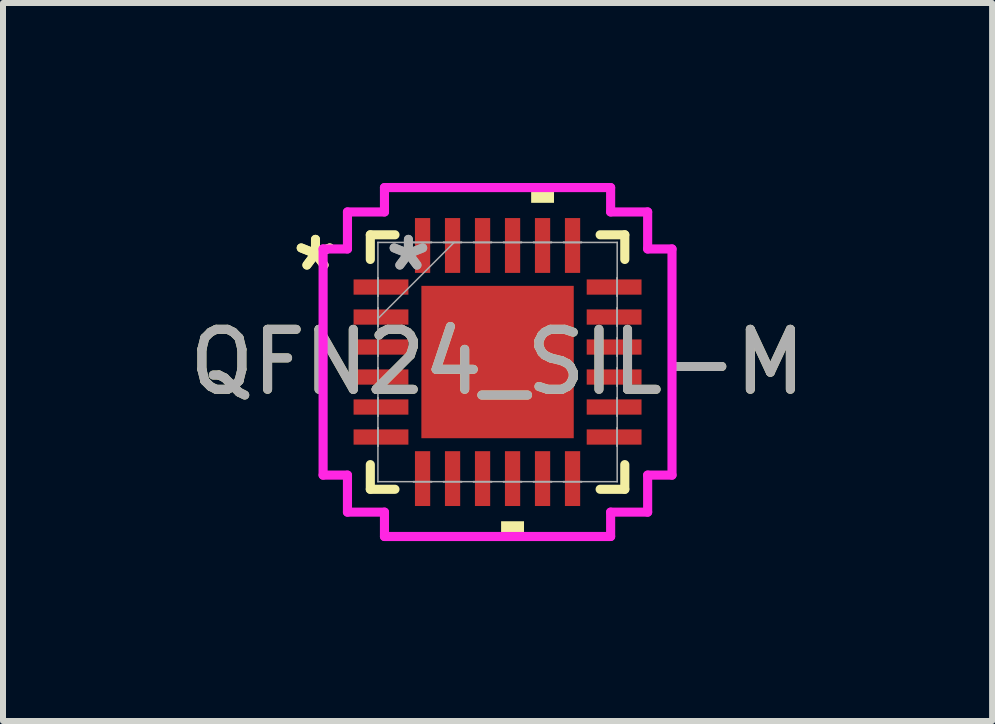
<source format=kicad_pcb>
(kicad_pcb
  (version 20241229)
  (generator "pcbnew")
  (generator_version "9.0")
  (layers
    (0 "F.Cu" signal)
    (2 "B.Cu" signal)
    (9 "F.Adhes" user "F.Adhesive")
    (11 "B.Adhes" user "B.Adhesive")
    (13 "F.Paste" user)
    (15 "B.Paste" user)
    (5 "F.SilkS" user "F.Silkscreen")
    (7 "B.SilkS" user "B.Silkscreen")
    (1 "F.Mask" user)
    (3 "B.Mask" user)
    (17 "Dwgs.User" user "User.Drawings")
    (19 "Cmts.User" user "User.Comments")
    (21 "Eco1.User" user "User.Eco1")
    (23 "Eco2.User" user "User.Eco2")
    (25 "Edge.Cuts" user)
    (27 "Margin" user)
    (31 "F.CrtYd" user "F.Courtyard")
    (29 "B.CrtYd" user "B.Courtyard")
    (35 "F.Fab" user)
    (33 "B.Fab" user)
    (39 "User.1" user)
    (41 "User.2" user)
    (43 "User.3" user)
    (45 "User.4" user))
  (footprint "QFN24_SIL-M"
    (layer "F.Cu")
    (at 5.244 2.985)
    (property "Reference" "QFN24_SIL-M" (at 0 0 0) (unlocked yes) (layer "F.SilkS") (effects (font (size 1 1) (thickness 0.15))))
    (attr smd)
    (fp_line (start -2.121 -2.121) (end -2.121 -1.71) (stroke (width 0.152) (type solid)) (layer "F.SilkS"))
    (fp_line (start -2.121 1.71) (end -2.121 2.121) (stroke (width 0.152) (type solid)) (layer "F.SilkS"))
    (fp_line (start -2.121 2.121) (end -1.71 2.121) (stroke (width 0.152) (type solid)) (layer "F.SilkS"))
    (fp_line (start -1.71 -2.121) (end -2.121 -2.121) (stroke (width 0.152) (type solid)) (layer "F.SilkS"))
    (fp_line (start 1.71 2.121) (end 2.121 2.121) (stroke (width 0.152) (type solid)) (layer "F.SilkS"))
    (fp_line (start 2.121 -2.121) (end 1.71 -2.121) (stroke (width 0.152) (type solid)) (layer "F.SilkS"))
    (fp_line (start 2.121 -1.71) (end 2.121 -2.121) (stroke (width 0.152) (type solid)) (layer "F.SilkS"))
    (fp_line (start 2.121 2.121) (end 2.121 1.71) (stroke (width 0.152) (type solid)) (layer "F.SilkS"))
    (fp_poly (pts (xy 0.059 2.654) (xy 0.059 2.908) (xy 0.441 2.908) (xy 0.441 2.654)) (stroke (width 0) (type solid)) (fill yes) (layer "F.SilkS"))
    (fp_poly (pts (xy 0.56 -2.654) (xy 0.56 -2.908) (xy 0.941 -2.908) (xy 0.941 -2.654)) (stroke (width 0) (type solid)) (fill yes) (layer "F.SilkS"))
    (fp_poly (pts (xy -1.17 -1.17) (xy -1.17 -0.1) (xy -0.1 -0.1) (xy -0.1 -1.17)) (stroke (width 0) (type solid)) (fill yes) (layer "F.Paste"))
    (fp_poly (pts (xy -1.17 0.1) (xy -1.17 1.17) (xy -0.1 1.17) (xy -0.1 0.1)) (stroke (width 0) (type solid)) (fill yes) (layer "F.Paste"))
    (fp_poly (pts (xy 0.1 -1.17) (xy 0.1 -0.1) (xy 1.17 -0.1) (xy 1.17 -1.17)) (stroke (width 0) (type solid)) (fill yes) (layer "F.Paste"))
    (fp_poly (pts (xy 0.1 0.1) (xy 0.1 1.17) (xy 1.17 1.17) (xy 1.17 0.1)) (stroke (width 0) (type solid)) (fill yes) (layer "F.Paste"))
    (fp_line (start -2.908 -1.885) (end -2.502 -1.885) (stroke (width 0.152) (type solid)) (layer "F.CrtYd"))
    (fp_line (start -2.908 1.885) (end -2.908 -1.885) (stroke (width 0.152) (type solid)) (layer "F.CrtYd"))
    (fp_line (start -2.502 -2.502) (end -1.885 -2.502) (stroke (width 0.152) (type solid)) (layer "F.CrtYd"))
    (fp_line (start -2.502 -1.885) (end -2.502 -2.502) (stroke (width 0.152) (type solid)) (layer "F.CrtYd"))
    (fp_line (start -2.502 1.885) (end -2.908 1.885) (stroke (width 0.152) (type solid)) (layer "F.CrtYd"))
    (fp_line (start -2.502 2.502) (end -2.502 1.885) (stroke (width 0.152) (type solid)) (layer "F.CrtYd"))
    (fp_line (start -1.885 -2.908) (end 1.885 -2.908) (stroke (width 0.152) (type solid)) (layer "F.CrtYd"))
    (fp_line (start -1.885 -2.502) (end -1.885 -2.908) (stroke (width 0.152) (type solid)) (layer "F.CrtYd"))
    (fp_line (start -1.885 2.502) (end -2.502 2.502) (stroke (width 0.152) (type solid)) (layer "F.CrtYd"))
    (fp_line (start -1.885 2.908) (end -1.885 2.502) (stroke (width 0.152) (type solid)) (layer "F.CrtYd"))
    (fp_line (start 1.885 -2.908) (end 1.885 -2.502) (stroke (width 0.152) (type solid)) (layer "F.CrtYd"))
    (fp_line (start 1.885 -2.502) (end 2.502 -2.502) (stroke (width 0.152) (type solid)) (layer "F.CrtYd"))
    (fp_line (start 1.885 2.502) (end 1.885 2.908) (stroke (width 0.152) (type solid)) (layer "F.CrtYd"))
    (fp_line (start 1.885 2.908) (end -1.885 2.908) (stroke (width 0.152) (type solid)) (layer "F.CrtYd"))
    (fp_line (start 2.502 -2.502) (end 2.502 -1.885) (stroke (width 0.152) (type solid)) (layer "F.CrtYd"))
    (fp_line (start 2.502 -1.885) (end 2.908 -1.885) (stroke (width 0.152) (type solid)) (layer "F.CrtYd"))
    (fp_line (start 2.502 1.885) (end 2.502 2.502) (stroke (width 0.152) (type solid)) (layer "F.CrtYd"))
    (fp_line (start 2.502 2.502) (end 1.885 2.502) (stroke (width 0.152) (type solid)) (layer "F.CrtYd"))
    (fp_line (start 2.908 -1.885) (end 2.908 1.885) (stroke (width 0.152) (type solid)) (layer "F.CrtYd"))
    (fp_line (start 2.908 1.885) (end 2.502 1.885) (stroke (width 0.152) (type solid)) (layer "F.CrtYd"))
    (fp_line (start -1.994 -1.994) (end -1.994 -1.994) (stroke (width 0.025) (type solid)) (layer "F.Fab"))
    (fp_line (start -1.994 -1.994) (end -1.994 1.994) (stroke (width 0.025) (type solid)) (layer "F.Fab"))
    (fp_line (start -1.994 -1.402) (end -1.994 -1.402) (stroke (width 0.025) (type solid)) (layer "F.Fab"))
    (fp_line (start -1.994 -1.402) (end -1.994 -1.098) (stroke (width 0.025) (type solid)) (layer "F.Fab"))
    (fp_line (start -1.994 -1.098) (end -1.994 -1.402) (stroke (width 0.025) (type solid)) (layer "F.Fab"))
    (fp_line (start -1.994 -1.098) (end -1.994 -1.098) (stroke (width 0.025) (type solid)) (layer "F.Fab"))
    (fp_line (start -1.994 -0.902) (end -1.994 -0.902) (stroke (width 0.025) (type solid)) (layer "F.Fab"))
    (fp_line (start -1.994 -0.902) (end -1.994 -0.598) (stroke (width 0.025) (type solid)) (layer "F.Fab"))
    (fp_line (start -1.994 -0.724) (end -0.724 -1.994) (stroke (width 0.025) (type solid)) (layer "F.Fab"))
    (fp_line (start -1.994 -0.598) (end -1.994 -0.902) (stroke (width 0.025) (type solid)) (layer "F.Fab"))
    (fp_line (start -1.994 -0.598) (end -1.994 -0.598) (stroke (width 0.025) (type solid)) (layer "F.Fab"))
    (fp_line (start -1.994 -0.402) (end -1.994 -0.402) (stroke (width 0.025) (type solid)) (layer "F.Fab"))
    (fp_line (start -1.994 -0.402) (end -1.994 -0.098) (stroke (width 0.025) (type solid)) (layer "F.Fab"))
    (fp_line (start -1.994 -0.098) (end -1.994 -0.402) (stroke (width 0.025) (type solid)) (layer "F.Fab"))
    (fp_line (start -1.994 -0.098) (end -1.994 -0.098) (stroke (width 0.025) (type solid)) (layer "F.Fab"))
    (fp_line (start -1.994 0.098) (end -1.994 0.098) (stroke (width 0.025) (type solid)) (layer "F.Fab"))
    (fp_line (start -1.994 0.098) (end -1.994 0.402) (stroke (width 0.025) (type solid)) (layer "F.Fab"))
    (fp_line (start -1.994 0.402) (end -1.994 0.098) (stroke (width 0.025) (type solid)) (layer "F.Fab"))
    (fp_line (start -1.994 0.402) (end -1.994 0.402) (stroke (width 0.025) (type solid)) (layer "F.Fab"))
    (fp_line (start -1.994 0.598) (end -1.994 0.598) (stroke (width 0.025) (type solid)) (layer "F.Fab"))
    (fp_line (start -1.994 0.598) (end -1.994 0.902) (stroke (width 0.025) (type solid)) (layer "F.Fab"))
    (fp_line (start -1.994 0.902) (end -1.994 0.598) (stroke (width 0.025) (type solid)) (layer "F.Fab"))
    (fp_line (start -1.994 0.902) (end -1.994 0.902) (stroke (width 0.025) (type solid)) (layer "F.Fab"))
    (fp_line (start -1.994 1.098) (end -1.994 1.098) (stroke (width 0.025) (type solid)) (layer "F.Fab"))
    (fp_line (start -1.994 1.098) (end -1.994 1.402) (stroke (width 0.025) (type solid)) (layer "F.Fab"))
    (fp_line (start -1.994 1.402) (end -1.994 1.098) (stroke (width 0.025) (type solid)) (layer "F.Fab"))
    (fp_line (start -1.994 1.402) (end -1.994 1.402) (stroke (width 0.025) (type solid)) (layer "F.Fab"))
    (fp_line (start -1.994 1.994) (end -1.994 1.994) (stroke (width 0.025) (type solid)) (layer "F.Fab"))
    (fp_line (start -1.994 1.994) (end 1.994 1.994) (stroke (width 0.025) (type solid)) (layer "F.Fab"))
    (fp_line (start -1.402 -1.994) (end -1.402 -1.994) (stroke (width 0.025) (type solid)) (layer "F.Fab"))
    (fp_line (start -1.402 -1.994) (end -1.098 -1.994) (stroke (width 0.025) (type solid)) (layer "F.Fab"))
    (fp_line (start -1.402 1.994) (end -1.402 1.994) (stroke (width 0.025) (type solid)) (layer "F.Fab"))
    (fp_line (start -1.402 1.994) (end -1.098 1.994) (stroke (width 0.025) (type solid)) (layer "F.Fab"))
    (fp_line (start -1.098 -1.994) (end -1.402 -1.994) (stroke (width 0.025) (type solid)) (layer "F.Fab"))
    (fp_line (start -1.098 -1.994) (end -1.098 -1.994) (stroke (width 0.025) (type solid)) (layer "F.Fab"))
    (fp_line (start -1.098 1.994) (end -1.402 1.994) (stroke (width 0.025) (type solid)) (layer "F.Fab"))
    (fp_line (start -1.098 1.994) (end -1.098 1.994) (stroke (width 0.025) (type solid)) (layer "F.Fab"))
    (fp_line (start -0.902 -1.994) (end -0.902 -1.994) (stroke (width 0.025) (type solid)) (layer "F.Fab"))
    (fp_line (start -0.902 -1.994) (end -0.598 -1.994) (stroke (width 0.025) (type solid)) (layer "F.Fab"))
    (fp_line (start -0.902 1.994) (end -0.902 1.994) (stroke (width 0.025) (type solid)) (layer "F.Fab"))
    (fp_line (start -0.902 1.994) (end -0.598 1.994) (stroke (width 0.025) (type solid)) (layer "F.Fab"))
    (fp_line (start -0.598 -1.994) (end -0.902 -1.994) (stroke (width 0.025) (type solid)) (layer "F.Fab"))
    (fp_line (start -0.598 -1.994) (end -0.598 -1.994) (stroke (width 0.025) (type solid)) (layer "F.Fab"))
    (fp_line (start -0.598 1.994) (end -0.902 1.994) (stroke (width 0.025) (type solid)) (layer "F.Fab"))
    (fp_line (start -0.598 1.994) (end -0.598 1.994) (stroke (width 0.025) (type solid)) (layer "F.Fab"))
    (fp_line (start -0.402 -1.994) (end -0.402 -1.994) (stroke (width 0.025) (type solid)) (layer "F.Fab"))
    (fp_line (start -0.402 -1.994) (end -0.098 -1.994) (stroke (width 0.025) (type solid)) (layer "F.Fab"))
    (fp_line (start -0.402 1.994) (end -0.402 1.994) (stroke (width 0.025) (type solid)) (layer "F.Fab"))
    (fp_line (start -0.402 1.994) (end -0.098 1.994) (stroke (width 0.025) (type solid)) (layer "F.Fab"))
    (fp_line (start -0.098 -1.994) (end -0.402 -1.994) (stroke (width 0.025) (type solid)) (layer "F.Fab"))
    (fp_line (start -0.098 -1.994) (end -0.098 -1.994) (stroke (width 0.025) (type solid)) (layer "F.Fab"))
    (fp_line (start -0.098 1.994) (end -0.402 1.994) (stroke (width 0.025) (type solid)) (layer "F.Fab"))
    (fp_line (start -0.098 1.994) (end -0.098 1.994) (stroke (width 0.025) (type solid)) (layer "F.Fab"))
    (fp_line (start 0.098 -1.994) (end 0.098 -1.994) (stroke (width 0.025) (type solid)) (layer "F.Fab"))
    (fp_line (start 0.098 -1.994) (end 0.402 -1.994) (stroke (width 0.025) (type solid)) (layer "F.Fab"))
    (fp_line (start 0.098 1.994) (end 0.098 1.994) (stroke (width 0.025) (type solid)) (layer "F.Fab"))
    (fp_line (start 0.098 1.994) (end 0.402 1.994) (stroke (width 0.025) (type solid)) (layer "F.Fab"))
    (fp_line (start 0.402 -1.994) (end 0.098 -1.994) (stroke (width 0.025) (type solid)) (layer "F.Fab"))
    (fp_line (start 0.402 -1.994) (end 0.402 -1.994) (stroke (width 0.025) (type solid)) (layer "F.Fab"))
    (fp_line (start 0.402 1.994) (end 0.098 1.994) (stroke (width 0.025) (type solid)) (layer "F.Fab"))
    (fp_line (start 0.402 1.994) (end 0.402 1.994) (stroke (width 0.025) (type solid)) (layer "F.Fab"))
    (fp_line (start 0.598 -1.994) (end 0.598 -1.994) (stroke (width 0.025) (type solid)) (layer "F.Fab"))
    (fp_line (start 0.598 -1.994) (end 0.902 -1.994) (stroke (width 0.025) (type solid)) (layer "F.Fab"))
    (fp_line (start 0.598 1.994) (end 0.598 1.994) (stroke (width 0.025) (type solid)) (layer "F.Fab"))
    (fp_line (start 0.598 1.994) (end 0.902 1.994) (stroke (width 0.025) (type solid)) (layer "F.Fab"))
    (fp_line (start 0.902 -1.994) (end 0.598 -1.994) (stroke (width 0.025) (type solid)) (layer "F.Fab"))
    (fp_line (start 0.902 -1.994) (end 0.902 -1.994) (stroke (width 0.025) (type solid)) (layer "F.Fab"))
    (fp_line (start 0.902 1.994) (end 0.598 1.994) (stroke (width 0.025) (type solid)) (layer "F.Fab"))
    (fp_line (start 0.902 1.994) (end 0.902 1.994) (stroke (width 0.025) (type solid)) (layer "F.Fab"))
    (fp_line (start 1.098 -1.994) (end 1.098 -1.994) (stroke (width 0.025) (type solid)) (layer "F.Fab"))
    (fp_line (start 1.098 -1.994) (end 1.402 -1.994) (stroke (width 0.025) (type solid)) (layer "F.Fab"))
    (fp_line (start 1.098 1.994) (end 1.098 1.994) (stroke (width 0.025) (type solid)) (layer "F.Fab"))
    (fp_line (start 1.098 1.994) (end 1.402 1.994) (stroke (width 0.025) (type solid)) (layer "F.Fab"))
    (fp_line (start 1.402 -1.994) (end 1.098 -1.994) (stroke (width 0.025) (type solid)) (layer "F.Fab"))
    (fp_line (start 1.402 -1.994) (end 1.402 -1.994) (stroke (width 0.025) (type solid)) (layer "F.Fab"))
    (fp_line (start 1.402 1.994) (end 1.098 1.994) (stroke (width 0.025) (type solid)) (layer "F.Fab"))
    (fp_line (start 1.402 1.994) (end 1.402 1.994) (stroke (width 0.025) (type solid)) (layer "F.Fab"))
    (fp_line (start 1.994 -1.994) (end -1.994 -1.994) (stroke (width 0.025) (type solid)) (layer "F.Fab"))
    (fp_line (start 1.994 -1.994) (end 1.994 -1.994) (stroke (width 0.025) (type solid)) (layer "F.Fab"))
    (fp_line (start 1.994 -1.402) (end 1.994 -1.402) (stroke (width 0.025) (type solid)) (layer "F.Fab"))
    (fp_line (start 1.994 -1.402) (end 1.994 -1.098) (stroke (width 0.025) (type solid)) (layer "F.Fab"))
    (fp_line (start 1.994 -1.098) (end 1.994 -1.402) (stroke (width 0.025) (type solid)) (layer "F.Fab"))
    (fp_line (start 1.994 -1.098) (end 1.994 -1.098) (stroke (width 0.025) (type solid)) (layer "F.Fab"))
    (fp_line (start 1.994 -0.902) (end 1.994 -0.902) (stroke (width 0.025) (type solid)) (layer "F.Fab"))
    (fp_line (start 1.994 -0.902) (end 1.994 -0.598) (stroke (width 0.025) (type solid)) (layer "F.Fab"))
    (fp_line (start 1.994 -0.598) (end 1.994 -0.902) (stroke (width 0.025) (type solid)) (layer "F.Fab"))
    (fp_line (start 1.994 -0.598) (end 1.994 -0.598) (stroke (width 0.025) (type solid)) (layer "F.Fab"))
    (fp_line (start 1.994 -0.402) (end 1.994 -0.402) (stroke (width 0.025) (type solid)) (layer "F.Fab"))
    (fp_line (start 1.994 -0.402) (end 1.994 -0.098) (stroke (width 0.025) (type solid)) (layer "F.Fab"))
    (fp_line (start 1.994 -0.098) (end 1.994 -0.402) (stroke (width 0.025) (type solid)) (layer "F.Fab"))
    (fp_line (start 1.994 -0.098) (end 1.994 -0.098) (stroke (width 0.025) (type solid)) (layer "F.Fab"))
    (fp_line (start 1.994 0.098) (end 1.994 0.098) (stroke (width 0.025) (type solid)) (layer "F.Fab"))
    (fp_line (start 1.994 0.098) (end 1.994 0.402) (stroke (width 0.025) (type solid)) (layer "F.Fab"))
    (fp_line (start 1.994 0.402) (end 1.994 0.098) (stroke (width 0.025) (type solid)) (layer "F.Fab"))
    (fp_line (start 1.994 0.402) (end 1.994 0.402) (stroke (width 0.025) (type solid)) (layer "F.Fab"))
    (fp_line (start 1.994 0.598) (end 1.994 0.598) (stroke (width 0.025) (type solid)) (layer "F.Fab"))
    (fp_line (start 1.994 0.598) (end 1.994 0.902) (stroke (width 0.025) (type solid)) (layer "F.Fab"))
    (fp_line (start 1.994 0.902) (end 1.994 0.598) (stroke (width 0.025) (type solid)) (layer "F.Fab"))
    (fp_line (start 1.994 0.902) (end 1.994 0.902) (stroke (width 0.025) (type solid)) (layer "F.Fab"))
    (fp_line (start 1.994 1.098) (end 1.994 1.098) (stroke (width 0.025) (type solid)) (layer "F.Fab"))
    (fp_line (start 1.994 1.098) (end 1.994 1.402) (stroke (width 0.025) (type solid)) (layer "F.Fab"))
    (fp_line (start 1.994 1.402) (end 1.994 1.098) (stroke (width 0.025) (type solid)) (layer "F.Fab"))
    (fp_line (start 1.994 1.402) (end 1.994 1.402) (stroke (width 0.025) (type solid)) (layer "F.Fab"))
    (fp_line (start 1.994 1.994) (end 1.994 -1.994) (stroke (width 0.025) (type solid)) (layer "F.Fab"))
    (fp_line (start 1.994 1.994) (end 1.994 1.994) (stroke (width 0.025) (type solid)) (layer "F.Fab"))
    (fp_text user "*" (at -3.035 -1.5 0) (unlocked yes) (layer "F.SilkS") (effects (font (size 1 1) (thickness 0.15))))
    (fp_text user "*" (at -3.035 -1.5 0) (layer "F.SilkS") (effects (font (size 1 1) (thickness 0.15))))
    (fp_text user "${REFERENCE}" (at 0 0 0) (unlocked yes) (layer "F.Fab") (effects (font (size 1 1) (thickness 0.15))))
    (fp_text user "*" (at -1.486 -1.5 0) (layer "F.Fab") (effects (font (size 1 1) (thickness 0.15))))
    (fp_text user "*" (at -1.486 -1.5 0) (unlocked yes) (layer "F.Fab") (effects (font (size 1 1) (thickness 0.15))))
    (pad "1" smd rect (at -1.943 -1.25 90) (size 0.254 0.914) (layers "F.Cu" "F.Mask" "F.Paste"))
    (pad "2" smd rect (at -1.943 -0.75 90) (size 0.254 0.914) (layers "F.Cu" "F.Mask" "F.Paste"))
    (pad "3" smd rect (at -1.943 -0.25 90) (size 0.254 0.914) (layers "F.Cu" "F.Mask" "F.Paste"))
    (pad "4" smd rect (at -1.943 0.25 90) (size 0.254 0.914) (layers "F.Cu" "F.Mask" "F.Paste"))
    (pad "5" smd rect (at -1.943 0.75 90) (size 0.254 0.914) (layers "F.Cu" "F.Mask" "F.Paste"))
    (pad "6" smd rect (at -1.943 1.25 90) (size 0.254 0.914) (layers "F.Cu" "F.Mask" "F.Paste"))
    (pad "7" smd rect (at -1.25 1.943) (size 0.254 0.914) (layers "F.Cu" "F.Mask" "F.Paste"))
    (pad "8" smd rect (at -0.75 1.943) (size 0.254 0.914) (layers "F.Cu" "F.Mask" "F.Paste"))
    (pad "9" smd rect (at -0.25 1.943) (size 0.254 0.914) (layers "F.Cu" "F.Mask" "F.Paste"))
    (pad "10" smd rect (at 0.25 1.943) (size 0.254 0.914) (layers "F.Cu" "F.Mask" "F.Paste"))
    (pad "11" smd rect (at 0.75 1.943) (size 0.254 0.914) (layers "F.Cu" "F.Mask" "F.Paste"))
    (pad "12" smd rect (at 1.25 1.943) (size 0.254 0.914) (layers "F.Cu" "F.Mask" "F.Paste"))
    (pad "13" smd rect (at 1.943 1.25 90) (size 0.254 0.914) (layers "F.Cu" "F.Mask" "F.Paste"))
    (pad "14" smd rect (at 1.943 0.75 90) (size 0.254 0.914) (layers "F.Cu" "F.Mask" "F.Paste"))
    (pad "15" smd rect (at 1.943 0.25 90) (size 0.254 0.914) (layers "F.Cu" "F.Mask" "F.Paste"))
    (pad "16" smd rect (at 1.943 -0.25 90) (size 0.254 0.914) (layers "F.Cu" "F.Mask" "F.Paste"))
    (pad "17" smd rect (at 1.943 -0.75 90) (size 0.254 0.914) (layers "F.Cu" "F.Mask" "F.Paste"))
    (pad "18" smd rect (at 1.943 -1.25 90) (size 0.254 0.914) (layers "F.Cu" "F.Mask" "F.Paste"))
    (pad "19" smd rect (at 1.25 -1.943) (size 0.254 0.914) (layers "F.Cu" "F.Mask" "F.Paste"))
    (pad "20" smd rect (at 0.75 -1.943) (size 0.254 0.914) (layers "F.Cu" "F.Mask" "F.Paste"))
    (pad "21" smd rect (at 0.25 -1.943) (size 0.254 0.914) (layers "F.Cu" "F.Mask" "F.Paste"))
    (pad "22" smd rect (at -0.25 -1.943) (size 0.254 0.914) (layers "F.Cu" "F.Mask" "F.Paste"))
    (pad "23" smd rect (at -0.75 -1.943) (size 0.254 0.914) (layers "F.Cu" "F.Mask" "F.Paste"))
    (pad "24" smd rect (at -1.25 -1.943) (size 0.254 0.914) (layers "F.Cu" "F.Mask" "F.Paste"))
    (pad "25" smd rect (at 0 0) (size 2.54 2.54) (layers "F.Cu" "F.Mask")))
  (gr_rect
    (start -3 -3)
    (end 13.488 8.969)
    (stroke (width 0.1) (type default))
    (fill no)
    (layer "Edge.Cuts")))
</source>
